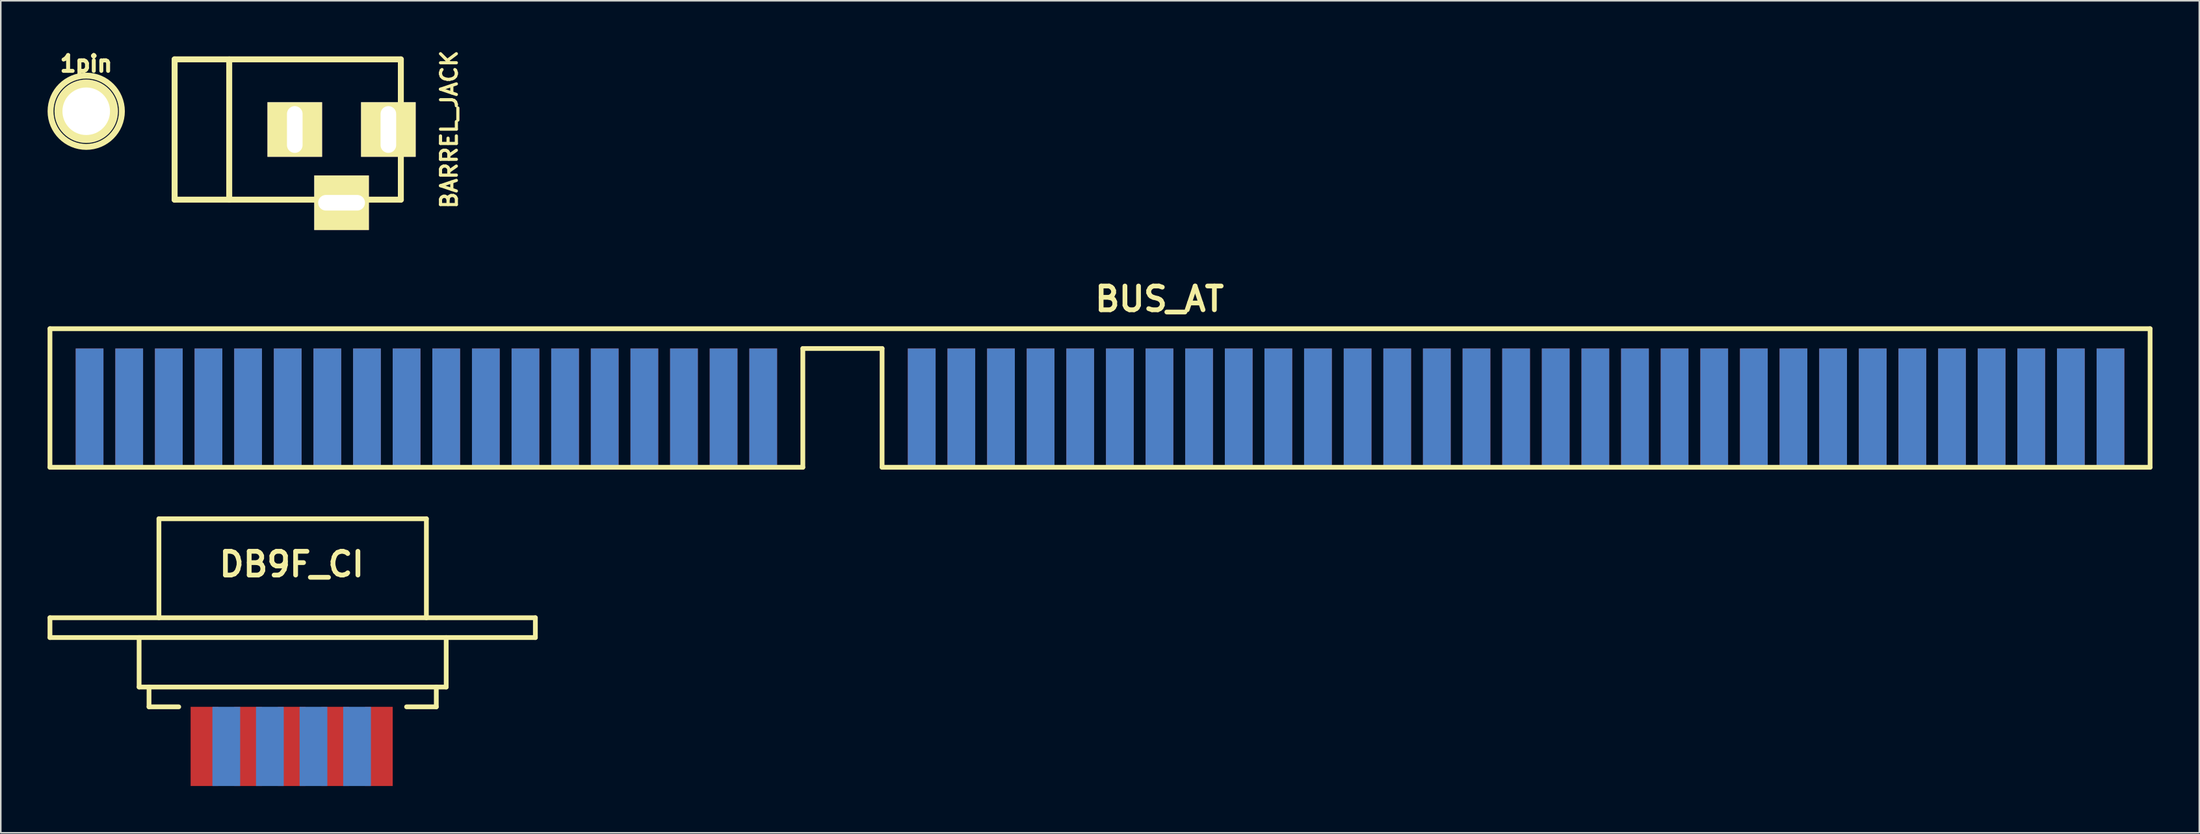
<source format=kicad_pcb>
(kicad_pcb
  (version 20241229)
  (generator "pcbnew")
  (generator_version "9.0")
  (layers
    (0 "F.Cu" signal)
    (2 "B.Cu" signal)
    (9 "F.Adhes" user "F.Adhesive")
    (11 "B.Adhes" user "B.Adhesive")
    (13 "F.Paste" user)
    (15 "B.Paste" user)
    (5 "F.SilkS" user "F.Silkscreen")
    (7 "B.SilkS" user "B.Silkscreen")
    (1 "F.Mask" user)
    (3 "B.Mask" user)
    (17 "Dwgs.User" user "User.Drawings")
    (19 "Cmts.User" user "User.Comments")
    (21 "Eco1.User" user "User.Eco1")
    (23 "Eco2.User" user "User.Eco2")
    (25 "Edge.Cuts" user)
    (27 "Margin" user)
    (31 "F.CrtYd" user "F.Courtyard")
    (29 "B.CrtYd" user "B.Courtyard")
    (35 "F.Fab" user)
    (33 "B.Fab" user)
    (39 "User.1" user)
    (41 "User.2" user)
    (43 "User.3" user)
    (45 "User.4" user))
  (footprint "1pin"
    (layer "F.Cu")
    (at 2.477 4.088)
    (property "Reference" "1pin" (at 0 -3.048 0) (layer "F.SilkS") (effects (font (size 1.016 1.016) (thickness 0.254))))
    (attr through_hole)
    (fp_circle (center 0 0) (end 0 -2.286) (stroke (width 0.381) (type solid)) (fill no) (layer "F.SilkS"))
    (pad "1" thru_hole circle (at 0 0) (size 4.064 4.064) (drill 3.048) (layers "*.Cu" "*.Mask" "F.SilkS")))
  (footprint "BUS_AT"
    (layer "F.Cu")
    (at 94.132 23.12)
    (property "Reference" "BUS_AT" (at -22.86 -6.985 0) (layer "F.SilkS") (effects (font (size 1.524 1.524) (thickness 0.305))))
    (attr through_hole)
    (fp_line (start -93.98 -5.08) (end 40.64 -5.08) (stroke (width 0.305) (type solid)) (layer "F.SilkS"))
    (fp_line (start -93.98 3.81) (end -93.98 -5.08) (stroke (width 0.305) (type solid)) (layer "F.SilkS"))
    (fp_line (start -45.72 -3.81) (end -45.72 3.81) (stroke (width 0.305) (type solid)) (layer "F.SilkS"))
    (fp_line (start -45.72 3.81) (end -93.98 3.81) (stroke (width 0.305) (type solid)) (layer "F.SilkS"))
    (fp_line (start -40.64 -3.81) (end -45.72 -3.81) (stroke (width 0.305) (type solid)) (layer "F.SilkS"))
    (fp_line (start -40.64 3.81) (end -40.64 -3.81) (stroke (width 0.305) (type solid)) (layer "F.SilkS"))
    (fp_line (start 40.64 -5.08) (end 40.64 3.81) (stroke (width 0.305) (type solid)) (layer "F.SilkS"))
    (fp_line (start 40.64 3.81) (end -40.64 3.81) (stroke (width 0.305) (type solid)) (layer "F.SilkS"))
    (pad "1" connect rect (at 38.1 0) (size 1.778 7.62) (layers "B.Cu" "B.Mask"))
    (pad "2" connect rect (at 35.56 0) (size 1.778 7.62) (layers "B.Cu" "B.Mask"))
    (pad "3" connect rect (at 33.02 0) (size 1.778 7.62) (layers "B.Cu" "B.Mask"))
    (pad "4" connect rect (at 30.48 0) (size 1.778 7.62) (layers "B.Cu" "B.Mask"))
    (pad "5" connect rect (at 27.94 0) (size 1.778 7.62) (layers "B.Cu" "B.Mask"))
    (pad "6" connect rect (at 25.4 0) (size 1.778 7.62) (layers "B.Cu" "B.Mask"))
    (pad "7" connect rect (at 22.86 0) (size 1.778 7.62) (layers "B.Cu" "B.Mask"))
    (pad "8" connect rect (at 20.32 0) (size 1.778 7.62) (layers "B.Cu" "B.Mask"))
    (pad "9" connect rect (at 17.78 0) (size 1.778 7.62) (layers "B.Cu" "B.Mask"))
    (pad "10" connect rect (at 15.24 0) (size 1.778 7.62) (layers "B.Cu" "B.Mask"))
    (pad "11" connect rect (at 12.7 0) (size 1.778 7.62) (layers "B.Cu" "B.Mask"))
    (pad "12" connect rect (at 10.16 0) (size 1.778 7.62) (layers "B.Cu" "B.Mask"))
    (pad "13" connect rect (at 7.62 0) (size 1.778 7.62) (layers "B.Cu" "B.Mask"))
    (pad "14" connect rect (at 5.08 0) (size 1.778 7.62) (layers "B.Cu" "B.Mask"))
    (pad "15" connect rect (at 2.54 0) (size 1.778 7.62) (layers "B.Cu" "B.Mask"))
    (pad "16" connect rect (at 0 0) (size 1.778 7.62) (layers "B.Cu" "B.Mask"))
    (pad "17" connect rect (at -2.54 0) (size 1.778 7.62) (layers "B.Cu" "B.Mask"))
    (pad "18" connect rect (at -5.08 0) (size 1.778 7.62) (layers "B.Cu" "B.Mask"))
    (pad "19" connect rect (at -7.62 0) (size 1.778 7.62) (layers "B.Cu" "B.Mask"))
    (pad "20" connect rect (at -10.16 0) (size 1.778 7.62) (layers "B.Cu" "B.Mask"))
    (pad "21" connect rect (at -12.7 0) (size 1.778 7.62) (layers "B.Cu" "B.Mask"))
    (pad "22" connect rect (at -15.24 0) (size 1.778 7.62) (layers "B.Cu" "B.Mask"))
    (pad "23" connect rect (at -17.78 0) (size 1.778 7.62) (layers "B.Cu" "B.Mask"))
    (pad "24" connect rect (at -20.32 0) (size 1.778 7.62) (layers "B.Cu" "B.Mask"))
    (pad "25" connect rect (at -22.86 0) (size 1.778 7.62) (layers "B.Cu" "B.Mask"))
    (pad "26" connect rect (at -25.4 0) (size 1.778 7.62) (layers "B.Cu" "B.Mask"))
    (pad "27" connect rect (at -27.94 0) (size 1.778 7.62) (layers "B.Cu" "B.Mask"))
    (pad "28" connect rect (at -30.48 0) (size 1.778 7.62) (layers "B.Cu" "B.Mask"))
    (pad "29" connect rect (at -33.02 0) (size 1.778 7.62) (layers "B.Cu" "B.Mask"))
    (pad "30" connect rect (at -35.56 0) (size 1.778 7.62) (layers "B.Cu" "B.Mask"))
    (pad "31" connect rect (at -38.1 0) (size 1.778 7.62) (layers "B.Cu" "B.Mask"))
    (pad "32" connect rect (at 38.1 0) (size 1.778 7.62) (layers "F.Cu" "F.Mask"))
    (pad "33" connect rect (at 35.56 0) (size 1.778 7.62) (layers "F.Cu" "F.Mask"))
    (pad "34" connect rect (at 33.02 0) (size 1.778 7.62) (layers "F.Cu" "F.Mask"))
    (pad "35" connect rect (at 30.48 0) (size 1.778 7.62) (layers "F.Cu" "F.Mask"))
    (pad "36" connect rect (at 27.94 0) (size 1.778 7.62) (layers "F.Cu" "F.Mask"))
    (pad "37" connect rect (at 25.4 0) (size 1.778 7.62) (layers "F.Cu" "F.Mask"))
    (pad "38" connect rect (at 22.86 0) (size 1.778 7.62) (layers "F.Cu" "F.Mask"))
    (pad "39" connect rect (at 20.32 0) (size 1.778 7.62) (layers "F.Cu" "F.Mask"))
    (pad "40" connect rect (at 17.78 0) (size 1.778 7.62) (layers "F.Cu" "F.Mask"))
    (pad "41" connect rect (at 15.24 0) (size 1.778 7.62) (layers "F.Cu" "F.Mask"))
    (pad "42" connect rect (at 12.7 0) (size 1.778 7.62) (layers "F.Cu" "F.Mask"))
    (pad "43" connect rect (at 10.16 0) (size 1.778 7.62) (layers "F.Cu" "F.Mask"))
    (pad "44" connect rect (at 7.62 0) (size 1.778 7.62) (layers "F.Cu" "F.Mask"))
    (pad "45" connect rect (at 5.08 0) (size 1.778 7.62) (layers "F.Cu" "F.Mask"))
    (pad "46" connect rect (at 2.54 0) (size 1.778 7.62) (layers "F.Cu" "F.Mask"))
    (pad "47" connect rect (at 0 0) (size 1.778 7.62) (layers "F.Cu" "F.Mask"))
    (pad "48" connect rect (at -2.54 0) (size 1.778 7.62) (layers "F.Cu" "F.Mask"))
    (pad "49" connect rect (at -5.08 0) (size 1.778 7.62) (layers "F.Cu" "F.Mask"))
    (pad "50" connect rect (at -7.62 0) (size 1.778 7.62) (layers "F.Cu" "F.Mask"))
    (pad "51" connect rect (at -10.16 0) (size 1.778 7.62) (layers "F.Cu" "F.Mask"))
    (pad "52" connect rect (at -12.7 0) (size 1.778 7.62) (layers "F.Cu" "F.Mask"))
    (pad "53" connect rect (at -15.24 0) (size 1.778 7.62) (layers "F.Cu" "F.Mask"))
    (pad "54" connect rect (at -17.78 0) (size 1.778 7.62) (layers "F.Cu" "F.Mask"))
    (pad "55" connect rect (at -20.32 0) (size 1.778 7.62) (layers "F.Cu" "F.Mask"))
    (pad "56" connect rect (at -22.86 0) (size 1.778 7.62) (layers "F.Cu" "F.Mask"))
    (pad "57" connect rect (at -25.4 0) (size 1.778 7.62) (layers "F.Cu" "F.Mask"))
    (pad "58" connect rect (at -27.94 0) (size 1.778 7.62) (layers "F.Cu" "F.Mask"))
    (pad "59" connect rect (at -30.48 0) (size 1.778 7.62) (layers "F.Cu" "F.Mask"))
    (pad "60" connect rect (at -33.02 0) (size 1.778 7.62) (layers "F.Cu" "F.Mask"))
    (pad "61" connect rect (at -35.56 0) (size 1.778 7.62) (layers "F.Cu" "F.Mask"))
    (pad "62" connect rect (at -38.1 0) (size 1.778 7.62) (layers "F.Cu" "F.Mask"))
    (pad "63" connect rect (at -48.26 0) (size 1.778 7.62) (layers "B.Cu" "B.Mask"))
    (pad "64" connect rect (at -50.8 0) (size 1.778 7.62) (layers "B.Cu" "B.Mask"))
    (pad "65" connect rect (at -53.34 0) (size 1.778 7.62) (layers "B.Cu" "B.Mask"))
    (pad "66" connect rect (at -55.88 0) (size 1.778 7.62) (layers "B.Cu" "B.Mask"))
    (pad "67" connect rect (at -58.42 0) (size 1.778 7.62) (layers "B.Cu" "B.Mask"))
    (pad "68" connect rect (at -60.96 0) (size 1.778 7.62) (layers "B.Cu" "B.Mask"))
    (pad "69" connect rect (at -63.5 0) (size 1.778 7.62) (layers "B.Cu" "B.Mask"))
    (pad "70" connect rect (at -66.04 0) (size 1.778 7.62) (layers "B.Cu" "B.Mask"))
    (pad "71" connect rect (at -68.58 0) (size 1.778 7.62) (layers "B.Cu" "B.Mask"))
    (pad "72" connect rect (at -71.12 0) (size 1.778 7.62) (layers "B.Cu" "B.Mask"))
    (pad "73" connect rect (at -73.66 0) (size 1.778 7.62) (layers "B.Cu" "B.Mask"))
    (pad "74" connect rect (at -76.2 0) (size 1.778 7.62) (layers "B.Cu" "B.Mask"))
    (pad "75" connect rect (at -78.74 0) (size 1.778 7.62) (layers "B.Cu" "B.Mask"))
    (pad "76" connect rect (at -81.28 0) (size 1.778 7.62) (layers "B.Cu" "B.Mask"))
    (pad "77" connect rect (at -83.82 0) (size 1.778 7.62) (layers "B.Cu" "B.Mask"))
    (pad "78" connect rect (at -86.36 0) (size 1.778 7.62) (layers "B.Cu" "B.Mask"))
    (pad "79" connect rect (at -88.9 0) (size 1.778 7.62) (layers "B.Cu" "B.Mask"))
    (pad "80" connect rect (at -91.44 0) (size 1.778 7.62) (layers "B.Cu" "B.Mask"))
    (pad "81" connect rect (at -48.26 0) (size 1.778 7.62) (layers "F.Cu" "F.Mask"))
    (pad "82" connect rect (at -50.8 0) (size 1.778 7.62) (layers "F.Cu" "F.Mask"))
    (pad "83" connect rect (at -53.34 0) (size 1.778 7.62) (layers "F.Cu" "F.Mask"))
    (pad "84" connect rect (at -55.88 0) (size 1.778 7.62) (layers "F.Cu" "F.Mask"))
    (pad "85" connect rect (at -58.42 0) (size 1.778 7.62) (layers "F.Cu" "F.Mask"))
    (pad "86" connect rect (at -60.96 0) (size 1.778 7.62) (layers "F.Cu" "F.Mask"))
    (pad "87" connect rect (at -63.5 0) (size 1.778 7.62) (layers "F.Cu" "F.Mask"))
    (pad "88" connect rect (at -66.04 0) (size 1.778 7.62) (layers "F.Cu" "F.Mask"))
    (pad "89" connect rect (at -68.58 0) (size 1.778 7.62) (layers "F.Cu" "F.Mask"))
    (pad "90" connect rect (at -71.12 0) (size 1.778 7.62) (layers "F.Cu" "F.Mask"))
    (pad "91" connect rect (at -73.66 0) (size 1.778 7.62) (layers "F.Cu" "F.Mask"))
    (pad "92" connect rect (at -76.2 0) (size 1.778 7.62) (layers "F.Cu" "F.Mask"))
    (pad "93" connect rect (at -78.74 0) (size 1.778 7.62) (layers "F.Cu" "F.Mask"))
    (pad "94" connect rect (at -81.28 0) (size 1.778 7.62) (layers "F.Cu" "F.Mask"))
    (pad "95" connect rect (at -83.82 0) (size 1.778 7.62) (layers "F.Cu" "F.Mask"))
    (pad "96" connect rect (at -86.36 0) (size 1.778 7.62) (layers "F.Cu" "F.Mask"))
    (pad "97" connect rect (at -88.9 0) (size 1.778 7.62) (layers "F.Cu" "F.Mask"))
    (pad "98" connect rect (at -91.44 0) (size 1.778 7.62) (layers "F.Cu" "F.Mask")))
  (footprint "BARREL_JACK"
    (layer "F.Cu")
    (at 15.644 5.259)
    (property "Reference" "BARREL_JACK" (at 10.099 0 90) (layer "F.SilkS") (effects (font (size 1.016 1.016) (thickness 0.203))))
    (attr through_hole)
    (fp_line (start -7.501 -4.501) (end -7.501 4.501) (stroke (width 0.381) (type solid)) (layer "F.SilkS"))
    (fp_line (start -7.501 4.501) (end 7 4.501) (stroke (width 0.381) (type solid)) (layer "F.SilkS"))
    (fp_line (start -4 -4.501) (end -4 4.501) (stroke (width 0.381) (type solid)) (layer "F.SilkS"))
    (fp_line (start 7 -4.501) (end -7.501 -4.501) (stroke (width 0.381) (type solid)) (layer "F.SilkS"))
    (fp_line (start 7 4.501) (end 7 -4.501) (stroke (width 0.381) (type solid)) (layer "F.SilkS"))
    (pad "1" thru_hole rect (at 6.2 0) (size 3.5 3.5) (drill oval 1.001 3) (layers "*.Cu" "*.Mask" "F.SilkS"))
    (pad "2" thru_hole rect (at 0.201 0) (size 3.5 3.5) (drill oval 1.001 3) (layers "*.Cu" "*.Mask" "F.SilkS"))
    (pad "3" thru_hole rect (at 3.2 4.699) (size 3.5 3.5) (drill oval 3 1.001) (layers "*.Cu" "*.Mask" "F.SilkS")))
  (footprint "DB9F_CI"
    (layer "F.Cu")
    (at 15.646 42.299)
    (property "Reference" "DB9F_CI" (at 0 -9.144 0) (layer "F.SilkS") (effects (font (size 1.524 1.524) (thickness 0.305))))
    (attr through_hole)
    (fp_line (start -15.494 -5.715) (end 15.621 -5.715) (stroke (width 0.305) (type solid)) (layer "F.SilkS"))
    (fp_line (start -15.494 -4.445) (end -15.494 -5.715) (stroke (width 0.305) (type solid)) (layer "F.SilkS"))
    (fp_line (start -9.779 -4.445) (end -15.494 -4.445) (stroke (width 0.305) (type solid)) (layer "F.SilkS"))
    (fp_line (start -9.779 -1.27) (end -9.779 -4.445) (stroke (width 0.305) (type solid)) (layer "F.SilkS"))
    (fp_line (start -9.144 -1.27) (end -9.779 -1.27) (stroke (width 0.305) (type solid)) (layer "F.SilkS"))
    (fp_line (start -9.144 0) (end -9.144 -1.27) (stroke (width 0.305) (type solid)) (layer "F.SilkS"))
    (fp_line (start -8.509 -12.065) (end 8.636 -12.065) (stroke (width 0.305) (type solid)) (layer "F.SilkS"))
    (fp_line (start -8.509 -5.715) (end -8.509 -12.065) (stroke (width 0.305) (type solid)) (layer "F.SilkS"))
    (fp_line (start -7.239 0) (end -9.144 0) (stroke (width 0.305) (type solid)) (layer "F.SilkS"))
    (fp_line (start 7.366 0) (end 9.271 0) (stroke (width 0.305) (type solid)) (layer "F.SilkS"))
    (fp_line (start 8.636 -5.715) (end 8.636 -12.065) (stroke (width 0.305) (type solid)) (layer "F.SilkS"))
    (fp_line (start 9.271 -1.27) (end -9.144 -1.27) (stroke (width 0.305) (type solid)) (layer "F.SilkS"))
    (fp_line (start 9.271 0) (end 9.271 -1.27) (stroke (width 0.305) (type solid)) (layer "F.SilkS"))
    (fp_line (start 9.906 -4.445) (end -9.779 -4.445) (stroke (width 0.305) (type solid)) (layer "F.SilkS"))
    (fp_line (start 9.906 -1.27) (end 9.271 -1.27) (stroke (width 0.305) (type solid)) (layer "F.SilkS"))
    (fp_line (start 9.906 -1.27) (end 9.906 -4.445) (stroke (width 0.305) (type solid)) (layer "F.SilkS"))
    (fp_line (start 15.621 -4.445) (end 9.906 -4.445) (stroke (width 0.305) (type solid)) (layer "F.SilkS"))
    (fp_line (start 15.621 -4.445) (end 15.621 -5.715) (stroke (width 0.305) (type solid)) (layer "F.SilkS"))
    (pad "1" connect rect (at -5.588 2.54) (size 1.778 5.08) (layers "F.Cu" "F.Mask"))
    (pad "2" connect rect (at -2.794 2.54) (size 1.778 5.08) (layers "F.Cu" "F.Mask"))
    (pad "3" connect rect (at 0 2.54) (size 1.778 5.08) (layers "F.Cu" "F.Mask"))
    (pad "4" connect rect (at 2.794 2.54) (size 1.778 5.08) (layers "F.Cu" "F.Mask"))
    (pad "5" connect rect (at 5.588 2.54) (size 1.778 5.08) (layers "F.Cu" "F.Mask"))
    (pad "6" connect rect (at -4.191 2.54) (size 1.778 5.08) (layers "B.Cu" "B.Mask"))
    (pad "7" connect rect (at -1.397 2.54) (size 1.778 5.08) (layers "B.Cu" "B.Mask"))
    (pad "8" connect rect (at 1.397 2.54) (size 1.778 5.08) (layers "B.Cu" "B.Mask"))
    (pad "9" connect rect (at 4.191 2.54) (size 1.778 5.08) (layers "B.Cu" "B.Mask")))
  (gr_rect
    (start -3 -3)
    (end 137.925 50.379)
    (stroke (width 0.1) (type default))
    (fill no)
    (layer "Edge.Cuts")))
</source>
